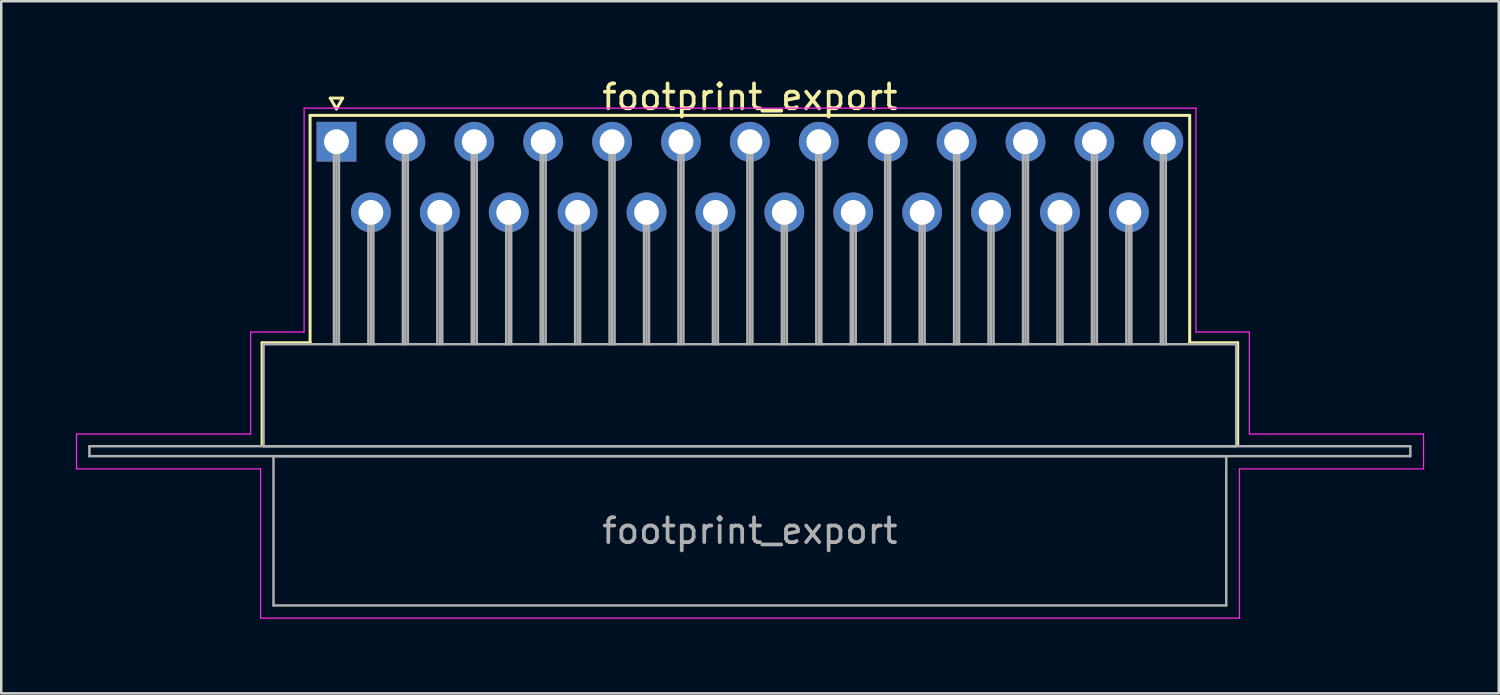
<source format=kicad_pcb>
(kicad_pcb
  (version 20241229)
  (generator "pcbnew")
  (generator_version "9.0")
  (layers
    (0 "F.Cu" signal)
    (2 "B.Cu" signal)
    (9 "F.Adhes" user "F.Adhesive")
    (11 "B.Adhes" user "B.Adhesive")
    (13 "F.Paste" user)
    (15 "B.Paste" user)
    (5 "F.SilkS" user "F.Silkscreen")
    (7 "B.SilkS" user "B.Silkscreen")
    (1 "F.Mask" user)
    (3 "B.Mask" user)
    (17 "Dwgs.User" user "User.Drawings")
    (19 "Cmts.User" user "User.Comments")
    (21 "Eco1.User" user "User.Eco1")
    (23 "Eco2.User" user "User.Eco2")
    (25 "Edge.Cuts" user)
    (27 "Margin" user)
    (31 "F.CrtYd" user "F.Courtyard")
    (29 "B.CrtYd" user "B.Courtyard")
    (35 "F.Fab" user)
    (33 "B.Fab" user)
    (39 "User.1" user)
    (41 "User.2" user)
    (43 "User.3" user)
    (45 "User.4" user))
  (footprint "footprint_export"
    (layer "F.Cu")
    (at 10.475 2.648)
    (property "Reference" "footprint_export" (at 16.62 -1.8 0) (layer "F.SilkS") (effects (font (size 1 1) (thickness 0.15))))
    (attr through_hole)
    (fp_line (start -2.99 8.08) (end -1.06 8.08) (stroke (width 0.12) (type solid)) (layer "F.SilkS"))
    (fp_line (start -2.99 12.18) (end -2.99 8.08) (stroke (width 0.12) (type solid)) (layer "F.SilkS"))
    (fp_line (start -1.06 -1.06) (end 34.3 -1.06) (stroke (width 0.12) (type solid)) (layer "F.SilkS"))
    (fp_line (start -1.06 8.08) (end -1.06 -1.06) (stroke (width 0.12) (type solid)) (layer "F.SilkS"))
    (fp_line (start -0.25 -1.754) (end 0.25 -1.754) (stroke (width 0.12) (type solid)) (layer "F.SilkS"))
    (fp_line (start 0 -1.321) (end -0.25 -1.754) (stroke (width 0.12) (type solid)) (layer "F.SilkS"))
    (fp_line (start 0.25 -1.754) (end 0 -1.321) (stroke (width 0.12) (type solid)) (layer "F.SilkS"))
    (fp_line (start 34.3 -1.06) (end 34.3 8.08) (stroke (width 0.12) (type solid)) (layer "F.SilkS"))
    (fp_line (start 34.3 8.08) (end 36.23 8.08) (stroke (width 0.12) (type solid)) (layer "F.SilkS"))
    (fp_line (start 36.23 8.08) (end 36.23 12.18) (stroke (width 0.12) (type solid)) (layer "F.SilkS"))
    (fp_line (start -10.45 11.75) (end -3.45 11.75) (stroke (width 0.05) (type solid)) (layer "F.CrtYd"))
    (fp_line (start -10.45 13.15) (end -10.45 11.75) (stroke (width 0.05) (type solid)) (layer "F.CrtYd"))
    (fp_line (start -3.45 7.65) (end -1.3 7.65) (stroke (width 0.05) (type solid)) (layer "F.CrtYd"))
    (fp_line (start -3.45 11.75) (end -3.45 7.65) (stroke (width 0.05) (type solid)) (layer "F.CrtYd"))
    (fp_line (start -3.05 13.15) (end -10.45 13.15) (stroke (width 0.05) (type solid)) (layer "F.CrtYd"))
    (fp_line (start -3.05 19.15) (end -3.05 13.15) (stroke (width 0.05) (type solid)) (layer "F.CrtYd"))
    (fp_line (start -1.3 -1.35) (end 34.55 -1.35) (stroke (width 0.05) (type solid)) (layer "F.CrtYd"))
    (fp_line (start -1.3 7.65) (end -1.3 -1.35) (stroke (width 0.05) (type solid)) (layer "F.CrtYd"))
    (fp_line (start 34.55 -1.35) (end 34.55 7.65) (stroke (width 0.05) (type solid)) (layer "F.CrtYd"))
    (fp_line (start 34.55 7.65) (end 36.7 7.65) (stroke (width 0.05) (type solid)) (layer "F.CrtYd"))
    (fp_line (start 36.3 13.15) (end 36.3 19.15) (stroke (width 0.05) (type solid)) (layer "F.CrtYd"))
    (fp_line (start 36.3 19.15) (end -3.05 19.15) (stroke (width 0.05) (type solid)) (layer "F.CrtYd"))
    (fp_line (start 36.7 7.65) (end 36.7 11.75) (stroke (width 0.05) (type solid)) (layer "F.CrtYd"))
    (fp_line (start 36.7 11.75) (end 43.7 11.75) (stroke (width 0.05) (type solid)) (layer "F.CrtYd"))
    (fp_line (start 43.7 11.75) (end 43.7 13.15) (stroke (width 0.05) (type solid)) (layer "F.CrtYd"))
    (fp_line (start 43.7 13.15) (end 36.3 13.15) (stroke (width 0.05) (type solid)) (layer "F.CrtYd"))
    (fp_line (start -9.93 12.24) (end -9.93 12.64) (stroke (width 0.1) (type solid)) (layer "F.Fab"))
    (fp_line (start -9.93 12.64) (end 43.17 12.64) (stroke (width 0.1) (type solid)) (layer "F.Fab"))
    (fp_line (start -2.93 8.14) (end -2.93 12.24) (stroke (width 0.1) (type solid)) (layer "F.Fab"))
    (fp_line (start -2.93 12.24) (end 36.17 12.24) (stroke (width 0.1) (type solid)) (layer "F.Fab"))
    (fp_line (start -2.53 12.64) (end -2.53 18.64) (stroke (width 0.1) (type solid)) (layer "F.Fab"))
    (fp_line (start -2.53 18.64) (end 35.77 18.64) (stroke (width 0.1) (type solid)) (layer "F.Fab"))
    (fp_line (start -0.1 0) (end -0.1 8.14) (stroke (width 0.1) (type solid)) (layer "F.Fab"))
    (fp_line (start 0 0) (end 0 8.14) (stroke (width 0.1) (type solid)) (layer "F.Fab"))
    (fp_line (start 0.1 0) (end 0.1 8.14) (stroke (width 0.1) (type solid)) (layer "F.Fab"))
    (fp_line (start 1.285 2.84) (end 1.285 8.14) (stroke (width 0.1) (type solid)) (layer "F.Fab"))
    (fp_line (start 1.385 2.84) (end 1.385 8.14) (stroke (width 0.1) (type solid)) (layer "F.Fab"))
    (fp_line (start 1.485 2.84) (end 1.485 8.14) (stroke (width 0.1) (type solid)) (layer "F.Fab"))
    (fp_line (start 2.67 0) (end 2.67 8.14) (stroke (width 0.1) (type solid)) (layer "F.Fab"))
    (fp_line (start 2.77 0) (end 2.77 8.14) (stroke (width 0.1) (type solid)) (layer "F.Fab"))
    (fp_line (start 2.87 0) (end 2.87 8.14) (stroke (width 0.1) (type solid)) (layer "F.Fab"))
    (fp_line (start 4.055 2.84) (end 4.055 8.14) (stroke (width 0.1) (type solid)) (layer "F.Fab"))
    (fp_line (start 4.155 2.84) (end 4.155 8.14) (stroke (width 0.1) (type solid)) (layer "F.Fab"))
    (fp_line (start 4.255 2.84) (end 4.255 8.14) (stroke (width 0.1) (type solid)) (layer "F.Fab"))
    (fp_line (start 5.44 0) (end 5.44 8.14) (stroke (width 0.1) (type solid)) (layer "F.Fab"))
    (fp_line (start 5.54 0) (end 5.54 8.14) (stroke (width 0.1) (type solid)) (layer "F.Fab"))
    (fp_line (start 5.64 0) (end 5.64 8.14) (stroke (width 0.1) (type solid)) (layer "F.Fab"))
    (fp_line (start 6.825 2.84) (end 6.825 8.14) (stroke (width 0.1) (type solid)) (layer "F.Fab"))
    (fp_line (start 6.925 2.84) (end 6.925 8.14) (stroke (width 0.1) (type solid)) (layer "F.Fab"))
    (fp_line (start 7.025 2.84) (end 7.025 8.14) (stroke (width 0.1) (type solid)) (layer "F.Fab"))
    (fp_line (start 8.21 0) (end 8.21 8.14) (stroke (width 0.1) (type solid)) (layer "F.Fab"))
    (fp_line (start 8.31 0) (end 8.31 8.14) (stroke (width 0.1) (type solid)) (layer "F.Fab"))
    (fp_line (start 8.41 0) (end 8.41 8.14) (stroke (width 0.1) (type solid)) (layer "F.Fab"))
    (fp_line (start 9.595 2.84) (end 9.595 8.14) (stroke (width 0.1) (type solid)) (layer "F.Fab"))
    (fp_line (start 9.695 2.84) (end 9.695 8.14) (stroke (width 0.1) (type solid)) (layer "F.Fab"))
    (fp_line (start 9.795 2.84) (end 9.795 8.14) (stroke (width 0.1) (type solid)) (layer "F.Fab"))
    (fp_line (start 10.98 0) (end 10.98 8.14) (stroke (width 0.1) (type solid)) (layer "F.Fab"))
    (fp_line (start 11.08 0) (end 11.08 8.14) (stroke (width 0.1) (type solid)) (layer "F.Fab"))
    (fp_line (start 11.18 0) (end 11.18 8.14) (stroke (width 0.1) (type solid)) (layer "F.Fab"))
    (fp_line (start 12.365 2.84) (end 12.365 8.14) (stroke (width 0.1) (type solid)) (layer "F.Fab"))
    (fp_line (start 12.465 2.84) (end 12.465 8.14) (stroke (width 0.1) (type solid)) (layer "F.Fab"))
    (fp_line (start 12.565 2.84) (end 12.565 8.14) (stroke (width 0.1) (type solid)) (layer "F.Fab"))
    (fp_line (start 13.75 0) (end 13.75 8.14) (stroke (width 0.1) (type solid)) (layer "F.Fab"))
    (fp_line (start 13.85 0) (end 13.85 8.14) (stroke (width 0.1) (type solid)) (layer "F.Fab"))
    (fp_line (start 13.95 0) (end 13.95 8.14) (stroke (width 0.1) (type solid)) (layer "F.Fab"))
    (fp_line (start 15.135 2.84) (end 15.135 8.14) (stroke (width 0.1) (type solid)) (layer "F.Fab"))
    (fp_line (start 15.235 2.84) (end 15.235 8.14) (stroke (width 0.1) (type solid)) (layer "F.Fab"))
    (fp_line (start 15.335 2.84) (end 15.335 8.14) (stroke (width 0.1) (type solid)) (layer "F.Fab"))
    (fp_line (start 16.52 0) (end 16.52 8.14) (stroke (width 0.1) (type solid)) (layer "F.Fab"))
    (fp_line (start 16.62 0) (end 16.62 8.14) (stroke (width 0.1) (type solid)) (layer "F.Fab"))
    (fp_line (start 16.72 0) (end 16.72 8.14) (stroke (width 0.1) (type solid)) (layer "F.Fab"))
    (fp_line (start 17.905 2.84) (end 17.905 8.14) (stroke (width 0.1) (type solid)) (layer "F.Fab"))
    (fp_line (start 18.005 2.84) (end 18.005 8.14) (stroke (width 0.1) (type solid)) (layer "F.Fab"))
    (fp_line (start 18.105 2.84) (end 18.105 8.14) (stroke (width 0.1) (type solid)) (layer "F.Fab"))
    (fp_line (start 19.29 0) (end 19.29 8.14) (stroke (width 0.1) (type solid)) (layer "F.Fab"))
    (fp_line (start 19.39 0) (end 19.39 8.14) (stroke (width 0.1) (type solid)) (layer "F.Fab"))
    (fp_line (start 19.49 0) (end 19.49 8.14) (stroke (width 0.1) (type solid)) (layer "F.Fab"))
    (fp_line (start 20.675 2.84) (end 20.675 8.14) (stroke (width 0.1) (type solid)) (layer "F.Fab"))
    (fp_line (start 20.775 2.84) (end 20.775 8.14) (stroke (width 0.1) (type solid)) (layer "F.Fab"))
    (fp_line (start 20.875 2.84) (end 20.875 8.14) (stroke (width 0.1) (type solid)) (layer "F.Fab"))
    (fp_line (start 22.06 0) (end 22.06 8.14) (stroke (width 0.1) (type solid)) (layer "F.Fab"))
    (fp_line (start 22.16 0) (end 22.16 8.14) (stroke (width 0.1) (type solid)) (layer "F.Fab"))
    (fp_line (start 22.26 0) (end 22.26 8.14) (stroke (width 0.1) (type solid)) (layer "F.Fab"))
    (fp_line (start 23.445 2.84) (end 23.445 8.14) (stroke (width 0.1) (type solid)) (layer "F.Fab"))
    (fp_line (start 23.545 2.84) (end 23.545 8.14) (stroke (width 0.1) (type solid)) (layer "F.Fab"))
    (fp_line (start 23.645 2.84) (end 23.645 8.14) (stroke (width 0.1) (type solid)) (layer "F.Fab"))
    (fp_line (start 24.83 0) (end 24.83 8.14) (stroke (width 0.1) (type solid)) (layer "F.Fab"))
    (fp_line (start 24.93 0) (end 24.93 8.14) (stroke (width 0.1) (type solid)) (layer "F.Fab"))
    (fp_line (start 25.03 0) (end 25.03 8.14) (stroke (width 0.1) (type solid)) (layer "F.Fab"))
    (fp_line (start 26.215 2.84) (end 26.215 8.14) (stroke (width 0.1) (type solid)) (layer "F.Fab"))
    (fp_line (start 26.315 2.84) (end 26.315 8.14) (stroke (width 0.1) (type solid)) (layer "F.Fab"))
    (fp_line (start 26.415 2.84) (end 26.415 8.14) (stroke (width 0.1) (type solid)) (layer "F.Fab"))
    (fp_line (start 27.6 0) (end 27.6 8.14) (stroke (width 0.1) (type solid)) (layer "F.Fab"))
    (fp_line (start 27.7 0) (end 27.7 8.14) (stroke (width 0.1) (type solid)) (layer "F.Fab"))
    (fp_line (start 27.8 0) (end 27.8 8.14) (stroke (width 0.1) (type solid)) (layer "F.Fab"))
    (fp_line (start 28.985 2.84) (end 28.985 8.14) (stroke (width 0.1) (type solid)) (layer "F.Fab"))
    (fp_line (start 29.085 2.84) (end 29.085 8.14) (stroke (width 0.1) (type solid)) (layer "F.Fab"))
    (fp_line (start 29.185 2.84) (end 29.185 8.14) (stroke (width 0.1) (type solid)) (layer "F.Fab"))
    (fp_line (start 30.37 0) (end 30.37 8.14) (stroke (width 0.1) (type solid)) (layer "F.Fab"))
    (fp_line (start 30.47 0) (end 30.47 8.14) (stroke (width 0.1) (type solid)) (layer "F.Fab"))
    (fp_line (start 30.57 0) (end 30.57 8.14) (stroke (width 0.1) (type solid)) (layer "F.Fab"))
    (fp_line (start 31.755 2.84) (end 31.755 8.14) (stroke (width 0.1) (type solid)) (layer "F.Fab"))
    (fp_line (start 31.855 2.84) (end 31.855 8.14) (stroke (width 0.1) (type solid)) (layer "F.Fab"))
    (fp_line (start 31.955 2.84) (end 31.955 8.14) (stroke (width 0.1) (type solid)) (layer "F.Fab"))
    (fp_line (start 33.14 0) (end 33.14 8.14) (stroke (width 0.1) (type solid)) (layer "F.Fab"))
    (fp_line (start 33.24 0) (end 33.24 8.14) (stroke (width 0.1) (type solid)) (layer "F.Fab"))
    (fp_line (start 33.34 0) (end 33.34 8.14) (stroke (width 0.1) (type solid)) (layer "F.Fab"))
    (fp_line (start 35.77 12.64) (end -2.53 12.64) (stroke (width 0.1) (type solid)) (layer "F.Fab"))
    (fp_line (start 35.77 18.64) (end 35.77 12.64) (stroke (width 0.1) (type solid)) (layer "F.Fab"))
    (fp_line (start 36.17 8.14) (end -2.93 8.14) (stroke (width 0.1) (type solid)) (layer "F.Fab"))
    (fp_line (start 36.17 12.24) (end 36.17 8.14) (stroke (width 0.1) (type solid)) (layer "F.Fab"))
    (fp_line (start 43.17 12.24) (end -9.93 12.24) (stroke (width 0.1) (type solid)) (layer "F.Fab"))
    (fp_line (start 43.17 12.64) (end 43.17 12.24) (stroke (width 0.1) (type solid)) (layer "F.Fab"))
    (fp_text user "${REFERENCE}" (at 16.62 15.64 0) (layer "F.Fab") (effects (font (size 1 1) (thickness 0.15))))
    (pad "1" thru_hole rect (at 0 0) (size 1.6 1.6) (drill 1) (layers "*.Cu" "*.Mask"))
    (pad "2" thru_hole circle (at 2.77 0) (size 1.6 1.6) (drill 1) (layers "*.Cu" "*.Mask"))
    (pad "3" thru_hole circle (at 5.54 0) (size 1.6 1.6) (drill 1) (layers "*.Cu" "*.Mask"))
    (pad "4" thru_hole circle (at 8.31 0) (size 1.6 1.6) (drill 1) (layers "*.Cu" "*.Mask"))
    (pad "5" thru_hole circle (at 11.08 0) (size 1.6 1.6) (drill 1) (layers "*.Cu" "*.Mask"))
    (pad "6" thru_hole circle (at 13.85 0) (size 1.6 1.6) (drill 1) (layers "*.Cu" "*.Mask"))
    (pad "7" thru_hole circle (at 16.62 0) (size 1.6 1.6) (drill 1) (layers "*.Cu" "*.Mask"))
    (pad "8" thru_hole circle (at 19.39 0) (size 1.6 1.6) (drill 1) (layers "*.Cu" "*.Mask"))
    (pad "9" thru_hole circle (at 22.16 0) (size 1.6 1.6) (drill 1) (layers "*.Cu" "*.Mask"))
    (pad "10" thru_hole circle (at 24.93 0) (size 1.6 1.6) (drill 1) (layers "*.Cu" "*.Mask"))
    (pad "11" thru_hole circle (at 27.7 0) (size 1.6 1.6) (drill 1) (layers "*.Cu" "*.Mask"))
    (pad "12" thru_hole circle (at 30.47 0) (size 1.6 1.6) (drill 1) (layers "*.Cu" "*.Mask"))
    (pad "13" thru_hole circle (at 33.24 0) (size 1.6 1.6) (drill 1) (layers "*.Cu" "*.Mask"))
    (pad "14" thru_hole circle (at 1.385 2.84) (size 1.6 1.6) (drill 1) (layers "*.Cu" "*.Mask"))
    (pad "15" thru_hole circle (at 4.155 2.84) (size 1.6 1.6) (drill 1) (layers "*.Cu" "*.Mask"))
    (pad "16" thru_hole circle (at 6.925 2.84) (size 1.6 1.6) (drill 1) (layers "*.Cu" "*.Mask"))
    (pad "17" thru_hole circle (at 9.695 2.84) (size 1.6 1.6) (drill 1) (layers "*.Cu" "*.Mask"))
    (pad "18" thru_hole circle (at 12.465 2.84) (size 1.6 1.6) (drill 1) (layers "*.Cu" "*.Mask"))
    (pad "19" thru_hole circle (at 15.235 2.84) (size 1.6 1.6) (drill 1) (layers "*.Cu" "*.Mask"))
    (pad "20" thru_hole circle (at 18.005 2.84) (size 1.6 1.6) (drill 1) (layers "*.Cu" "*.Mask"))
    (pad "21" thru_hole circle (at 20.775 2.84) (size 1.6 1.6) (drill 1) (layers "*.Cu" "*.Mask"))
    (pad "22" thru_hole circle (at 23.545 2.84) (size 1.6 1.6) (drill 1) (layers "*.Cu" "*.Mask"))
    (pad "23" thru_hole circle (at 26.315 2.84) (size 1.6 1.6) (drill 1) (layers "*.Cu" "*.Mask"))
    (pad "24" thru_hole circle (at 29.085 2.84) (size 1.6 1.6) (drill 1) (layers "*.Cu" "*.Mask"))
    (pad "25" thru_hole circle (at 31.855 2.84) (size 1.6 1.6) (drill 1) (layers "*.Cu" "*.Mask")))
  (gr_rect
    (start -3 -3)
    (end 57.2 24.823)
    (stroke (width 0.1) (type default))
    (fill no)
    (layer "Edge.Cuts")))
</source>
